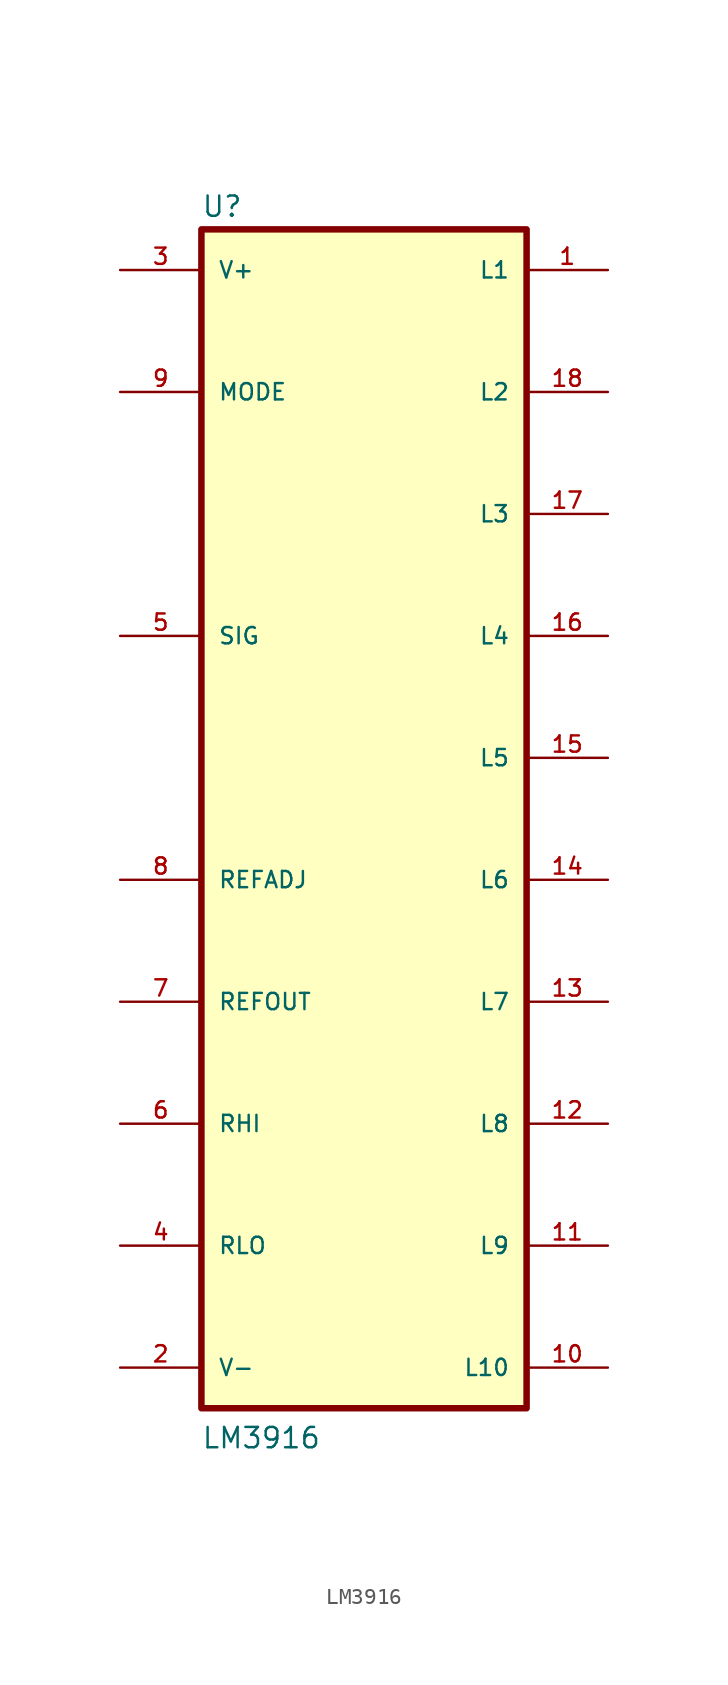
<source format=kicad_sym>
(kicad_symbol_lib
  (version 20220914)
  (generator kicad_symbol_editor)
  (symbol "LM3916"
    (pin_names
      (offset 1.016))
    (property "Reference" "U"
      (at -10.175 33.705 0)
      (effects (font (size 1.27 1.27)) (justify left bottom)))
    (property "Value" "LM3916"
      (at -10.174 -43.24 0)
      (effects (font (size 1.27 1.27)) (justify left bottom)))
    (symbol "LM3916_0_0"
      (rectangle (start -10.16 -40.64) (end 10.16 33.02) (stroke (width 0.406) (type default)) (fill (type background)))
      (pin output line (at 15.24 30.48 180) (length 5.08) (name "L1" (effects (font (size 1.016 1.016)))) (number "1" (effects (font (size 1.016 1.016)))))
      (pin output line (at 15.24 -38.1 180) (length 5.08) (name "L10" (effects (font (size 1.016 1.016)))) (number "10" (effects (font (size 1.016 1.016)))))
      (pin output line (at 15.24 -30.48 180) (length 5.08) (name "L9" (effects (font (size 1.016 1.016)))) (number "11" (effects (font (size 1.016 1.016)))))
      (pin output line (at 15.24 -22.86 180) (length 5.08) (name "L8" (effects (font (size 1.016 1.016)))) (number "12" (effects (font (size 1.016 1.016)))))
      (pin output line (at 15.24 -15.24 180) (length 5.08) (name "L7" (effects (font (size 1.016 1.016)))) (number "13" (effects (font (size 1.016 1.016)))))
      (pin output line (at 15.24 -7.62 180) (length 5.08) (name "L6" (effects (font (size 1.016 1.016)))) (number "14" (effects (font (size 1.016 1.016)))))
      (pin output line (at 15.24 0 180) (length 5.08) (name "L5" (effects (font (size 1.016 1.016)))) (number "15" (effects (font (size 1.016 1.016)))))
      (pin output line (at 15.24 7.62 180) (length 5.08) (name "L4" (effects (font (size 1.016 1.016)))) (number "16" (effects (font (size 1.016 1.016)))))
      (pin output line (at 15.24 15.24 180) (length 5.08) (name "L3" (effects (font (size 1.016 1.016)))) (number "17" (effects (font (size 1.016 1.016)))))
      (pin output line (at 15.24 22.86 180) (length 5.08) (name "L2" (effects (font (size 1.016 1.016)))) (number "18" (effects (font (size 1.016 1.016)))))
      (pin power_in line (at -15.24 -38.1 0) (length 5.08) (name "V-" (effects (font (size 1.016 1.016)))) (number "2" (effects (font (size 1.016 1.016)))))
      (pin power_in line (at -15.24 30.48 0) (length 5.08) (name "V+" (effects (font (size 1.016 1.016)))) (number "3" (effects (font (size 1.016 1.016)))))
      (pin input line (at -15.24 -30.48 0) (length 5.08) (name "RLO" (effects (font (size 1.016 1.016)))) (number "4" (effects (font (size 1.016 1.016)))))
      (pin input line (at -15.24 7.62 0) (length 5.08) (name "SIG" (effects (font (size 1.016 1.016)))) (number "5" (effects (font (size 1.016 1.016)))))
      (pin input line (at -15.24 -22.86 0) (length 5.08) (name "RHI" (effects (font (size 1.016 1.016)))) (number "6" (effects (font (size 1.016 1.016)))))
      (pin output line (at -15.24 -15.24 0) (length 5.08) (name "REFOUT" (effects (font (size 1.016 1.016)))) (number "7" (effects (font (size 1.016 1.016)))))
      (pin input line (at -15.24 -7.62 0) (length 5.08) (name "REFADJ" (effects (font (size 1.016 1.016)))) (number "8" (effects (font (size 1.016 1.016)))))
      (pin input line (at -15.24 22.86 0) (length 5.08) (name "MODE" (effects (font (size 1.016 1.016)))) (number "9" (effects (font (size 1.016 1.016))))))))
</source>
